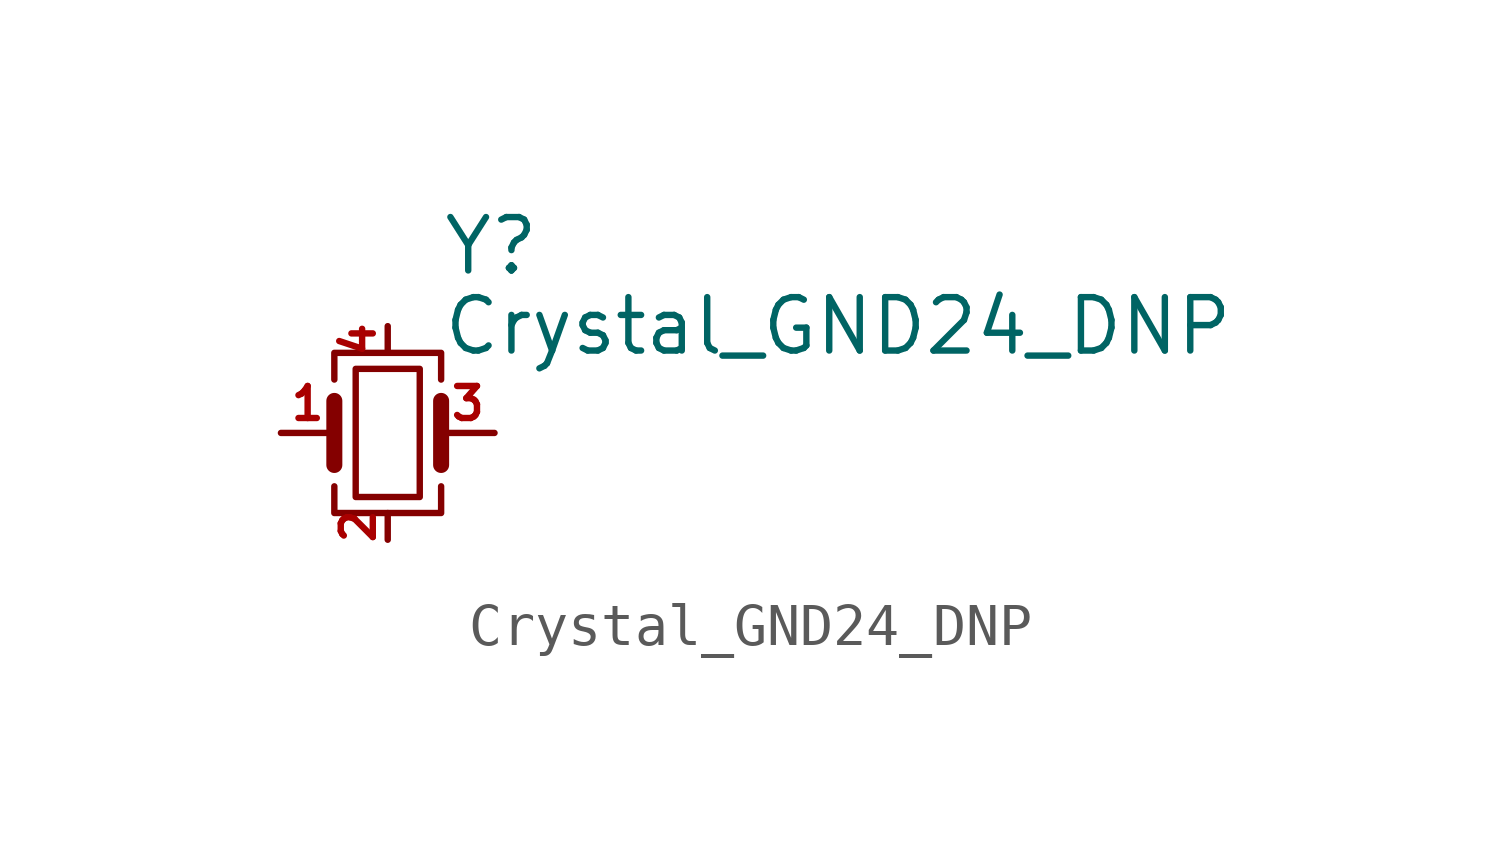
<source format=kicad_sym>
(kicad_symbol_lib
  (version 20211014)
  (generator kicad_symbol_editor)
  (symbol "Crystal_GND24_DNP"
    (pin_names
      (offset 1.016) hide)
    (property "Reference" "Y"
      (at 1.27 4.445 0)
      (effects (font (size 1.27 1.27)) (justify left)))
    (property "Value" "Crystal_GND24_DNP"
      (at 1.27 2.54 0)
      (effects (font (size 1.27 1.27)) (justify left)))
    (symbol "Crystal_GND24_DNP_0_1"
      (rectangle (start -0.762 -1.524) (end 0.762 1.524) (stroke (width 0) (type default) (color 0 0 0 0)) (fill (type none)))
      (polyline (pts (xy -1.27 -0.762) (xy -1.27 0.762)) (stroke (width 0.381) (type default) (color 0 0 0 0)) (fill (type none)))
      (polyline (pts (xy 1.27 -0.762) (xy 1.27 0.762)) (stroke (width 0.381) (type default) (color 0 0 0 0)) (fill (type none)))
      (polyline (pts (xy -1.27 -1.27) (xy -1.27 -1.905) (xy 1.27 -1.905) (xy 1.27 -1.27)) (stroke (width 0) (type default) (color 0 0 0 0)) (fill (type none)))
      (polyline (pts (xy -1.27 1.27) (xy -1.27 1.905) (xy 1.27 1.905) (xy 1.27 1.27)) (stroke (width 0) (type default) (color 0 0 0 0)) (fill (type none))))
    (symbol "Crystal_GND24_DNP_1_1"
      (pin passive line (at -2.54 0 0) (length 1.27) (name "1" (effects (font (size 1.27 1.27)))) (number "1" (effects (font (size 0.762 0.762)))))
      (pin passive line (at 0 -2.54 90) (length 0.635) (name "2" (effects (font (size 1.27 1.27)))) (number "2" (effects (font (size 0.762 0.762)))))
      (pin passive line (at 2.54 0 180) (length 1.27) (name "3" (effects (font (size 1.27 1.27)))) (number "3" (effects (font (size 0.762 0.762)))))
      (pin passive line (at 0 2.54 270) (length 0.635) (name "4" (effects (font (size 1.27 1.27)))) (number "4" (effects (font (size 0.762 0.762))))))))
</source>
